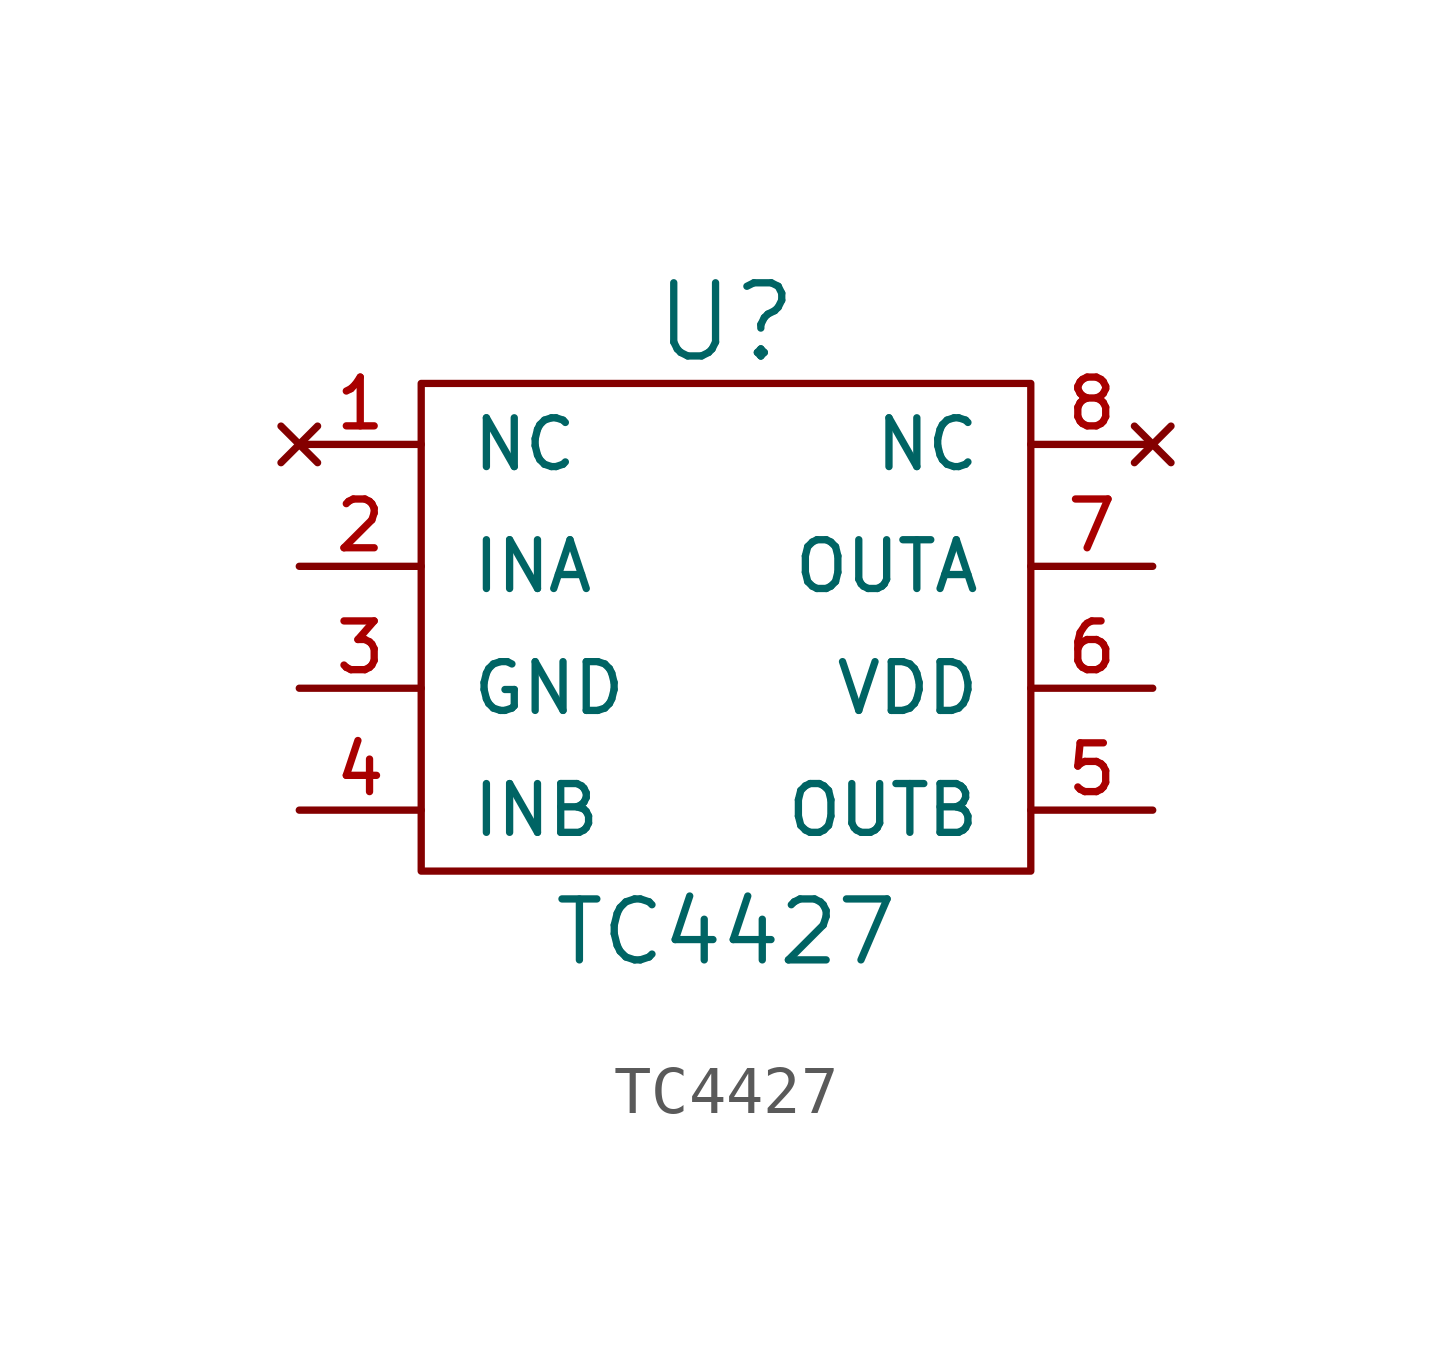
<source format=kicad_sym>
(kicad_symbol_lib
  (version 20211014)
  (generator kicad_symbol_editor)
  (symbol "TC4427"
    (pin_names
      (offset 1.016))
    (property "Reference" "U"
      (at 0 6.35 0)
      (effects (font (size 1.524 1.524))))
    (property "Value" "TC4427"
      (at 0 -6.35 0)
      (effects (font (size 1.27 1.27))))
    (property "Footprint" ""
      (at 0 0 0)
      (effects (font (size 1.524 1.524))))
    (property "Datasheet" ""
      (at 0 0 0)
      (effects (font (size 1.524 1.524))))
    (symbol "TC4427_0_1"
      (rectangle (start -6.35 5.08) (end 6.35 -5.08) (stroke (width 0) (type default) (color 0 0 0 0)) (fill (type none))))
    (symbol "TC4427_1_1"
      (pin no_connect line (at -8.89 3.81 0) (length 2.54) (name "NC" (effects (font (size 1.016 1.016)))) (number "1" (effects (font (size 1.016 1.016)))))
      (pin input line (at -8.89 1.27 0) (length 2.54) (name "INA" (effects (font (size 1.016 1.016)))) (number "2" (effects (font (size 1.016 1.016)))))
      (pin power_in line (at -8.89 -1.27 0) (length 2.54) (name "GND" (effects (font (size 1.016 1.016)))) (number "3" (effects (font (size 1.016 1.016)))))
      (pin input line (at -8.89 -3.81 0) (length 2.54) (name "INB" (effects (font (size 1.016 1.016)))) (number "4" (effects (font (size 1.016 1.016)))))
      (pin output line (at 8.89 -3.81 180) (length 2.54) (name "OUTB" (effects (font (size 1.016 1.016)))) (number "5" (effects (font (size 1.016 1.016)))))
      (pin power_in line (at 8.89 -1.27 180) (length 2.54) (name "VDD" (effects (font (size 1.016 1.016)))) (number "6" (effects (font (size 1.016 1.016)))))
      (pin output line (at 8.89 1.27 180) (length 2.54) (name "OUTA" (effects (font (size 1.016 1.016)))) (number "7" (effects (font (size 1.016 1.016)))))
      (pin no_connect line (at 8.89 3.81 180) (length 2.54) (name "NC" (effects (font (size 1.016 1.016)))) (number "8" (effects (font (size 1.016 1.016))))))))
</source>
